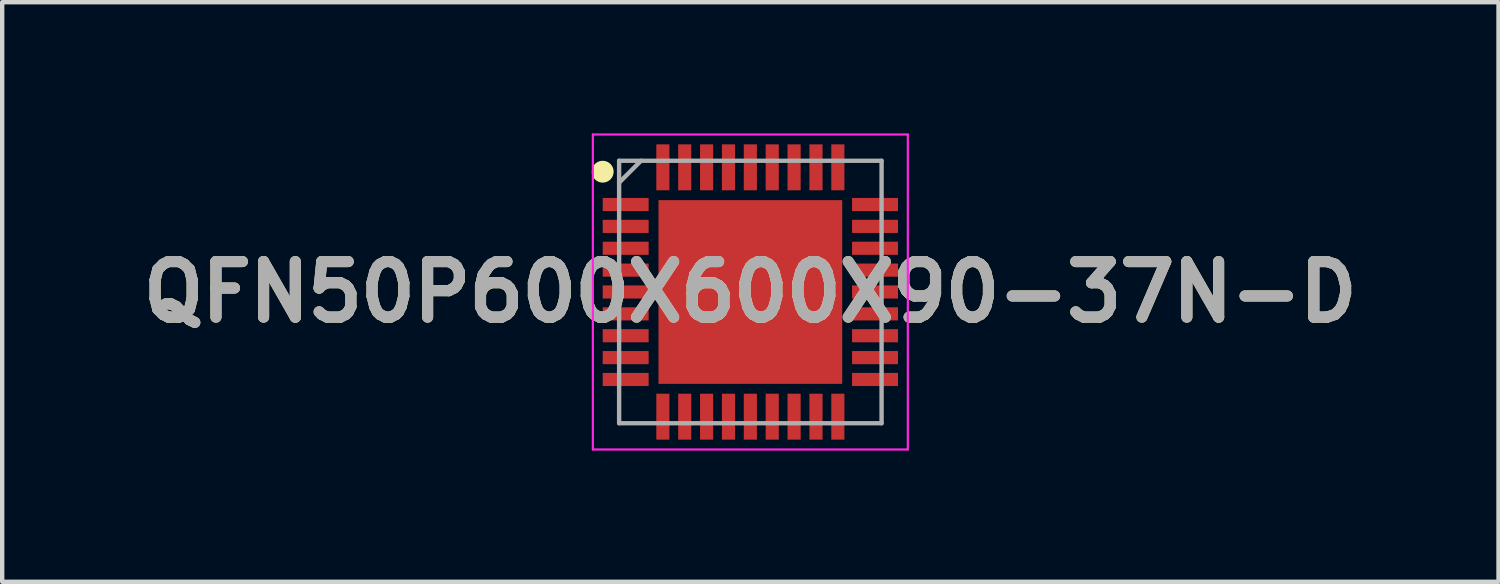
<source format=kicad_pcb>
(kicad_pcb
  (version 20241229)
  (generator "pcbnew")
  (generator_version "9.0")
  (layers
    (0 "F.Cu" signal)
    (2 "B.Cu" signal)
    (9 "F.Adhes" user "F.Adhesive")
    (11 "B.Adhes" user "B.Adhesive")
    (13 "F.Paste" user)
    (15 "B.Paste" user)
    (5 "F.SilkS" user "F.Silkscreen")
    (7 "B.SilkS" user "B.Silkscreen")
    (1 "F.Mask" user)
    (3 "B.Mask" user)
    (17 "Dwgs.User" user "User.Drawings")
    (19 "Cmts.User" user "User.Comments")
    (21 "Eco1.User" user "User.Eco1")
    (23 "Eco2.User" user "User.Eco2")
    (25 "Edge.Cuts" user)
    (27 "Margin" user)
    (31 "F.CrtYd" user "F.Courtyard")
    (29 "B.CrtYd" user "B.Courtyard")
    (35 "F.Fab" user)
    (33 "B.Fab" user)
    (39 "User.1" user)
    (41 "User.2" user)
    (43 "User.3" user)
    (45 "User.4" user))
  (footprint "QFN50P600X600X90-37N-D"
    (layer "F.Cu")
    (at 14.103 3.625)
    (property "Reference" "QFN50P600X600X90-37N-D" (at 0 0 0) (layer "F.SilkS") (effects (font (size 1.27 1.27) (thickness 0.254))))
    (attr smd)
    (fp_circle (center -3.375 -2.75) (end -3.375 -2.625) (stroke (width 0.25) (type solid)) (fill no) (layer "F.SilkS"))
    (fp_line (start -3.6 -3.6) (end 3.6 -3.6) (stroke (width 0.05) (type solid)) (layer "F.CrtYd"))
    (fp_line (start -3.6 3.6) (end -3.6 -3.6) (stroke (width 0.05) (type solid)) (layer "F.CrtYd"))
    (fp_line (start 3.6 -3.6) (end 3.6 3.6) (stroke (width 0.05) (type solid)) (layer "F.CrtYd"))
    (fp_line (start 3.6 3.6) (end -3.6 3.6) (stroke (width 0.05) (type solid)) (layer "F.CrtYd"))
    (fp_line (start -3 -3) (end 3 -3) (stroke (width 0.1) (type solid)) (layer "F.Fab"))
    (fp_line (start -3 -2.5) (end -2.5 -3) (stroke (width 0.1) (type solid)) (layer "F.Fab"))
    (fp_line (start -3 3) (end -3 -3) (stroke (width 0.1) (type solid)) (layer "F.Fab"))
    (fp_line (start 3 -3) (end 3 3) (stroke (width 0.1) (type solid)) (layer "F.Fab"))
    (fp_line (start 3 3) (end -3 3) (stroke (width 0.1) (type solid)) (layer "F.Fab"))
    (fp_text user "${REFERENCE}" (at 0 0 0) (layer "F.Fab") (effects (font (size 1.27 1.27) (thickness 0.254))))
    (pad "1" smd rect (at -2.85 -2 90) (size 0.3 1.05) (layers "F.Cu" "F.Mask" "F.Paste"))
    (pad "2" smd rect (at -2.85 -1.5 90) (size 0.3 1.05) (layers "F.Cu" "F.Mask" "F.Paste"))
    (pad "3" smd rect (at -2.85 -1 90) (size 0.3 1.05) (layers "F.Cu" "F.Mask" "F.Paste"))
    (pad "4" smd rect (at -2.85 -0.5 90) (size 0.3 1.05) (layers "F.Cu" "F.Mask" "F.Paste"))
    (pad "5" smd rect (at -2.85 0 90) (size 0.3 1.05) (layers "F.Cu" "F.Mask" "F.Paste"))
    (pad "6" smd rect (at -2.85 0.5 90) (size 0.3 1.05) (layers "F.Cu" "F.Mask" "F.Paste"))
    (pad "7" smd rect (at -2.85 1 90) (size 0.3 1.05) (layers "F.Cu" "F.Mask" "F.Paste"))
    (pad "8" smd rect (at -2.85 1.5 90) (size 0.3 1.05) (layers "F.Cu" "F.Mask" "F.Paste"))
    (pad "9" smd rect (at -2.85 2 90) (size 0.3 1.05) (layers "F.Cu" "F.Mask" "F.Paste"))
    (pad "10" smd rect (at -2 2.85) (size 0.3 1.05) (layers "F.Cu" "F.Mask" "F.Paste"))
    (pad "11" smd rect (at -1.5 2.85) (size 0.3 1.05) (layers "F.Cu" "F.Mask" "F.Paste"))
    (pad "12" smd rect (at -1 2.85) (size 0.3 1.05) (layers "F.Cu" "F.Mask" "F.Paste"))
    (pad "13" smd rect (at -0.5 2.85) (size 0.3 1.05) (layers "F.Cu" "F.Mask" "F.Paste"))
    (pad "14" smd rect (at 0 2.85) (size 0.3 1.05) (layers "F.Cu" "F.Mask" "F.Paste"))
    (pad "15" smd rect (at 0.5 2.85) (size 0.3 1.05) (layers "F.Cu" "F.Mask" "F.Paste"))
    (pad "16" smd rect (at 1 2.85) (size 0.3 1.05) (layers "F.Cu" "F.Mask" "F.Paste"))
    (pad "17" smd rect (at 1.5 2.85) (size 0.3 1.05) (layers "F.Cu" "F.Mask" "F.Paste"))
    (pad "18" smd rect (at 2 2.85) (size 0.3 1.05) (layers "F.Cu" "F.Mask" "F.Paste"))
    (pad "19" smd rect (at 2.85 2 90) (size 0.3 1.05) (layers "F.Cu" "F.Mask" "F.Paste"))
    (pad "20" smd rect (at 2.85 1.5 90) (size 0.3 1.05) (layers "F.Cu" "F.Mask" "F.Paste"))
    (pad "21" smd rect (at 2.85 1 90) (size 0.3 1.05) (layers "F.Cu" "F.Mask" "F.Paste"))
    (pad "22" smd rect (at 2.85 0.5 90) (size 0.3 1.05) (layers "F.Cu" "F.Mask" "F.Paste"))
    (pad "23" smd rect (at 2.85 0 90) (size 0.3 1.05) (layers "F.Cu" "F.Mask" "F.Paste"))
    (pad "24" smd rect (at 2.85 -0.5 90) (size 0.3 1.05) (layers "F.Cu" "F.Mask" "F.Paste"))
    (pad "25" smd rect (at 2.85 -1 90) (size 0.3 1.05) (layers "F.Cu" "F.Mask" "F.Paste"))
    (pad "26" smd rect (at 2.85 -1.5 90) (size 0.3 1.05) (layers "F.Cu" "F.Mask" "F.Paste"))
    (pad "27" smd rect (at 2.85 -2 90) (size 0.3 1.05) (layers "F.Cu" "F.Mask" "F.Paste"))
    (pad "28" smd rect (at 2 -2.85) (size 0.3 1.05) (layers "F.Cu" "F.Mask" "F.Paste"))
    (pad "29" smd rect (at 1.5 -2.85) (size 0.3 1.05) (layers "F.Cu" "F.Mask" "F.Paste"))
    (pad "30" smd rect (at 1 -2.85) (size 0.3 1.05) (layers "F.Cu" "F.Mask" "F.Paste"))
    (pad "31" smd rect (at 0.5 -2.85) (size 0.3 1.05) (layers "F.Cu" "F.Mask" "F.Paste"))
    (pad "32" smd rect (at 0 -2.85) (size 0.3 1.05) (layers "F.Cu" "F.Mask" "F.Paste"))
    (pad "33" smd rect (at -0.5 -2.85) (size 0.3 1.05) (layers "F.Cu" "F.Mask" "F.Paste"))
    (pad "34" smd rect (at -1 -2.85) (size 0.3 1.05) (layers "F.Cu" "F.Mask" "F.Paste"))
    (pad "35" smd rect (at -1.5 -2.85) (size 0.3 1.05) (layers "F.Cu" "F.Mask" "F.Paste"))
    (pad "36" smd rect (at -2 -2.85) (size 0.3 1.05) (layers "F.Cu" "F.Mask" "F.Paste"))
    (pad "37" smd rect (at 0 0) (size 4.2 4.2) (layers "F.Cu" "F.Mask" "F.Paste")))
  (gr_rect
    (start -3 -3)
    (end 31.206 10.25)
    (stroke (width 0.1) (type default))
    (fill no)
    (layer "Edge.Cuts")))
</source>
